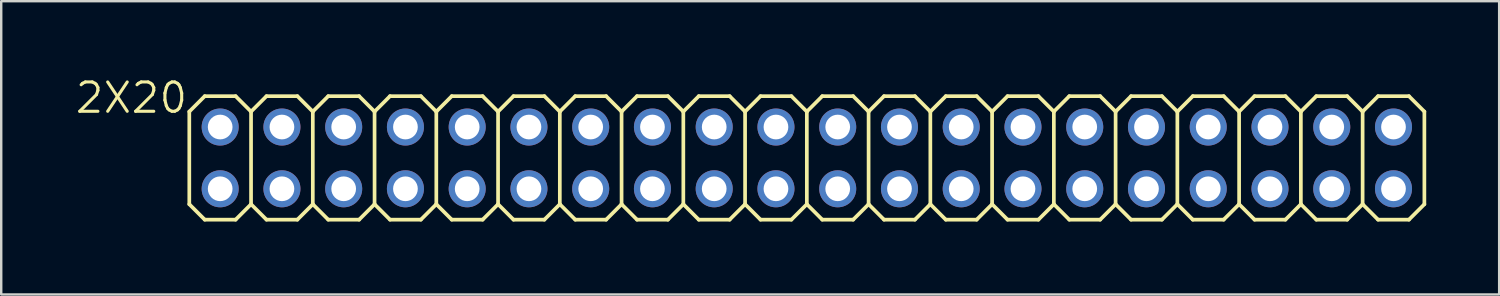
<source format=kicad_pcb>
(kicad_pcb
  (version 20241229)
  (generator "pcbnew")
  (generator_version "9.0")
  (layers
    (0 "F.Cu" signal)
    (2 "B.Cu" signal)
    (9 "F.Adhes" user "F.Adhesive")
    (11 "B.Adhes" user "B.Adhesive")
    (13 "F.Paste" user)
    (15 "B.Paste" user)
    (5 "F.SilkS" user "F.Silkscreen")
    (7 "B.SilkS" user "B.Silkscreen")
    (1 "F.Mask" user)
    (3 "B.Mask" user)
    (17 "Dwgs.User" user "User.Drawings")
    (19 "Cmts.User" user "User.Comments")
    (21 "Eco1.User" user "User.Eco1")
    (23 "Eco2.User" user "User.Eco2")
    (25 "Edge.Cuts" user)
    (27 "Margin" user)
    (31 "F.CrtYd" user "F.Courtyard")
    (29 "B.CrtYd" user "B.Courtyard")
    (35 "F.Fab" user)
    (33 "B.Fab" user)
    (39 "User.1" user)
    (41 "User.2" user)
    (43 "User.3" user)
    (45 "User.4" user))
  (footprint "2X20"
    (layer "F.Cu")
    (at 30.136 3.445)
    (property "Reference" "2X20" (at -25.4 -3.175 0) (layer "F.SilkS") (effects (font (size 1.206 1.206) (thickness 0.127)) (justify right top)))
    (attr through_hole)
    (fp_line (start -25.4 -1.905) (end -24.765 -2.54) (stroke (width 0.152) (type solid)) (layer "F.SilkS"))
    (fp_line (start -25.4 1.905) (end -25.4 -1.905) (stroke (width 0.152) (type solid)) (layer "F.SilkS"))
    (fp_line (start -25.4 1.905) (end -24.765 2.54) (stroke (width 0.152) (type solid)) (layer "F.SilkS"))
    (fp_line (start -24.765 -2.54) (end -23.495 -2.54) (stroke (width 0.152) (type solid)) (layer "F.SilkS"))
    (fp_line (start -24.765 2.54) (end -23.495 2.54) (stroke (width 0.152) (type solid)) (layer "F.SilkS"))
    (fp_line (start -23.495 -2.54) (end -22.86 -1.905) (stroke (width 0.152) (type solid)) (layer "F.SilkS"))
    (fp_line (start -23.495 2.54) (end -22.86 1.905) (stroke (width 0.152) (type solid)) (layer "F.SilkS"))
    (fp_line (start -22.86 -1.905) (end -22.86 1.905) (stroke (width 0.152) (type solid)) (layer "F.SilkS"))
    (fp_line (start -22.86 -1.905) (end -22.225 -2.54) (stroke (width 0.152) (type solid)) (layer "F.SilkS"))
    (fp_line (start -22.86 1.905) (end -22.225 2.54) (stroke (width 0.152) (type solid)) (layer "F.SilkS"))
    (fp_line (start -22.225 -2.54) (end -20.955 -2.54) (stroke (width 0.152) (type solid)) (layer "F.SilkS"))
    (fp_line (start -22.225 2.54) (end -20.955 2.54) (stroke (width 0.152) (type solid)) (layer "F.SilkS"))
    (fp_line (start -20.955 -2.54) (end -20.32 -1.905) (stroke (width 0.152) (type solid)) (layer "F.SilkS"))
    (fp_line (start -20.955 2.54) (end -20.32 1.905) (stroke (width 0.152) (type solid)) (layer "F.SilkS"))
    (fp_line (start -20.32 -1.905) (end -20.32 1.905) (stroke (width 0.152) (type solid)) (layer "F.SilkS"))
    (fp_line (start -20.32 -1.905) (end -19.685 -2.54) (stroke (width 0.152) (type solid)) (layer "F.SilkS"))
    (fp_line (start -20.32 1.905) (end -19.685 2.54) (stroke (width 0.152) (type solid)) (layer "F.SilkS"))
    (fp_line (start -19.685 -2.54) (end -18.415 -2.54) (stroke (width 0.152) (type solid)) (layer "F.SilkS"))
    (fp_line (start -19.685 2.54) (end -18.415 2.54) (stroke (width 0.152) (type solid)) (layer "F.SilkS"))
    (fp_line (start -18.415 -2.54) (end -17.78 -1.905) (stroke (width 0.152) (type solid)) (layer "F.SilkS"))
    (fp_line (start -18.415 2.54) (end -17.78 1.905) (stroke (width 0.152) (type solid)) (layer "F.SilkS"))
    (fp_line (start -17.78 -1.905) (end -17.78 1.905) (stroke (width 0.152) (type solid)) (layer "F.SilkS"))
    (fp_line (start -17.78 -1.905) (end -17.145 -2.54) (stroke (width 0.152) (type solid)) (layer "F.SilkS"))
    (fp_line (start -17.78 1.905) (end -17.145 2.54) (stroke (width 0.152) (type solid)) (layer "F.SilkS"))
    (fp_line (start -17.145 -2.54) (end -15.875 -2.54) (stroke (width 0.152) (type solid)) (layer "F.SilkS"))
    (fp_line (start -17.145 2.54) (end -15.875 2.54) (stroke (width 0.152) (type solid)) (layer "F.SilkS"))
    (fp_line (start -15.875 -2.54) (end -15.24 -1.905) (stroke (width 0.152) (type solid)) (layer "F.SilkS"))
    (fp_line (start -15.875 2.54) (end -15.24 1.905) (stroke (width 0.152) (type solid)) (layer "F.SilkS"))
    (fp_line (start -15.24 -1.905) (end -15.24 1.905) (stroke (width 0.152) (type solid)) (layer "F.SilkS"))
    (fp_line (start -15.24 -1.905) (end -14.605 -2.54) (stroke (width 0.152) (type solid)) (layer "F.SilkS"))
    (fp_line (start -15.24 1.905) (end -14.605 2.54) (stroke (width 0.152) (type solid)) (layer "F.SilkS"))
    (fp_line (start -14.605 -2.54) (end -13.335 -2.54) (stroke (width 0.152) (type solid)) (layer "F.SilkS"))
    (fp_line (start -14.605 2.54) (end -13.335 2.54) (stroke (width 0.152) (type solid)) (layer "F.SilkS"))
    (fp_line (start -13.335 -2.54) (end -12.7 -1.905) (stroke (width 0.152) (type solid)) (layer "F.SilkS"))
    (fp_line (start -13.335 2.54) (end -12.7 1.905) (stroke (width 0.152) (type solid)) (layer "F.SilkS"))
    (fp_line (start -12.7 -1.905) (end -12.7 1.905) (stroke (width 0.152) (type solid)) (layer "F.SilkS"))
    (fp_line (start -12.7 -1.905) (end -12.065 -2.54) (stroke (width 0.152) (type solid)) (layer "F.SilkS"))
    (fp_line (start -12.7 1.905) (end -12.065 2.54) (stroke (width 0.152) (type solid)) (layer "F.SilkS"))
    (fp_line (start -12.065 -2.54) (end -10.795 -2.54) (stroke (width 0.152) (type solid)) (layer "F.SilkS"))
    (fp_line (start -12.065 2.54) (end -10.795 2.54) (stroke (width 0.152) (type solid)) (layer "F.SilkS"))
    (fp_line (start -10.795 -2.54) (end -10.16 -1.905) (stroke (width 0.152) (type solid)) (layer "F.SilkS"))
    (fp_line (start -10.795 2.54) (end -10.16 1.905) (stroke (width 0.152) (type solid)) (layer "F.SilkS"))
    (fp_line (start -10.16 -1.905) (end -10.16 1.905) (stroke (width 0.152) (type solid)) (layer "F.SilkS"))
    (fp_line (start -10.16 -1.905) (end -9.525 -2.54) (stroke (width 0.152) (type solid)) (layer "F.SilkS"))
    (fp_line (start -10.16 1.905) (end -9.525 2.54) (stroke (width 0.152) (type solid)) (layer "F.SilkS"))
    (fp_line (start -9.525 -2.54) (end -8.255 -2.54) (stroke (width 0.152) (type solid)) (layer "F.SilkS"))
    (fp_line (start -8.255 -2.54) (end -7.62 -1.905) (stroke (width 0.152) (type solid)) (layer "F.SilkS"))
    (fp_line (start -8.255 2.54) (end -9.525 2.54) (stroke (width 0.152) (type solid)) (layer "F.SilkS"))
    (fp_line (start -7.62 -1.905) (end -7.62 1.905) (stroke (width 0.152) (type solid)) (layer "F.SilkS"))
    (fp_line (start -7.62 -1.905) (end -6.985 -2.54) (stroke (width 0.152) (type solid)) (layer "F.SilkS"))
    (fp_line (start -7.62 1.905) (end -8.255 2.54) (stroke (width 0.152) (type solid)) (layer "F.SilkS"))
    (fp_line (start -7.62 1.905) (end -6.985 2.54) (stroke (width 0.152) (type solid)) (layer "F.SilkS"))
    (fp_line (start -6.985 -2.54) (end -5.715 -2.54) (stroke (width 0.152) (type solid)) (layer "F.SilkS"))
    (fp_line (start -5.715 -2.54) (end -5.08 -1.905) (stroke (width 0.152) (type solid)) (layer "F.SilkS"))
    (fp_line (start -5.715 2.54) (end -6.985 2.54) (stroke (width 0.152) (type solid)) (layer "F.SilkS"))
    (fp_line (start -5.08 -1.905) (end -5.08 1.905) (stroke (width 0.152) (type solid)) (layer "F.SilkS"))
    (fp_line (start -5.08 -1.905) (end -4.445 -2.54) (stroke (width 0.152) (type solid)) (layer "F.SilkS"))
    (fp_line (start -5.08 1.905) (end -5.715 2.54) (stroke (width 0.152) (type solid)) (layer "F.SilkS"))
    (fp_line (start -5.08 1.905) (end -4.445 2.54) (stroke (width 0.152) (type solid)) (layer "F.SilkS"))
    (fp_line (start -4.445 -2.54) (end -3.175 -2.54) (stroke (width 0.152) (type solid)) (layer "F.SilkS"))
    (fp_line (start -3.175 -2.54) (end -2.54 -1.905) (stroke (width 0.152) (type solid)) (layer "F.SilkS"))
    (fp_line (start -3.175 2.54) (end -4.445 2.54) (stroke (width 0.152) (type solid)) (layer "F.SilkS"))
    (fp_line (start -2.54 -1.905) (end -2.54 1.905) (stroke (width 0.152) (type solid)) (layer "F.SilkS"))
    (fp_line (start -2.54 -1.905) (end -1.905 -2.54) (stroke (width 0.152) (type solid)) (layer "F.SilkS"))
    (fp_line (start -2.54 1.905) (end -3.175 2.54) (stroke (width 0.152) (type solid)) (layer "F.SilkS"))
    (fp_line (start -2.54 1.905) (end -1.905 2.54) (stroke (width 0.152) (type solid)) (layer "F.SilkS"))
    (fp_line (start -1.905 -2.54) (end -0.635 -2.54) (stroke (width 0.152) (type solid)) (layer "F.SilkS"))
    (fp_line (start -0.635 -2.54) (end 0 -1.905) (stroke (width 0.152) (type solid)) (layer "F.SilkS"))
    (fp_line (start -0.635 2.54) (end -1.905 2.54) (stroke (width 0.152) (type solid)) (layer "F.SilkS"))
    (fp_line (start 0 -1.905) (end 0 1.905) (stroke (width 0.152) (type solid)) (layer "F.SilkS"))
    (fp_line (start 0 -1.905) (end 0.635 -2.54) (stroke (width 0.152) (type solid)) (layer "F.SilkS"))
    (fp_line (start 0 1.905) (end -0.635 2.54) (stroke (width 0.152) (type solid)) (layer "F.SilkS"))
    (fp_line (start 0 1.905) (end 0.635 2.54) (stroke (width 0.152) (type solid)) (layer "F.SilkS"))
    (fp_line (start 0.635 -2.54) (end 1.905 -2.54) (stroke (width 0.152) (type solid)) (layer "F.SilkS"))
    (fp_line (start 1.905 -2.54) (end 2.54 -1.905) (stroke (width 0.152) (type solid)) (layer "F.SilkS"))
    (fp_line (start 1.905 2.54) (end 0.635 2.54) (stroke (width 0.152) (type solid)) (layer "F.SilkS"))
    (fp_line (start 2.54 -1.905) (end 2.54 1.905) (stroke (width 0.152) (type solid)) (layer "F.SilkS"))
    (fp_line (start 2.54 -1.905) (end 3.175 -2.54) (stroke (width 0.152) (type solid)) (layer "F.SilkS"))
    (fp_line (start 2.54 1.905) (end 1.905 2.54) (stroke (width 0.152) (type solid)) (layer "F.SilkS"))
    (fp_line (start 2.54 1.905) (end 3.175 2.54) (stroke (width 0.152) (type solid)) (layer "F.SilkS"))
    (fp_line (start 3.175 -2.54) (end 4.445 -2.54) (stroke (width 0.152) (type solid)) (layer "F.SilkS"))
    (fp_line (start 4.445 2.54) (end 3.175 2.54) (stroke (width 0.152) (type solid)) (layer "F.SilkS"))
    (fp_line (start 5.08 -1.905) (end 4.445 -2.54) (stroke (width 0.152) (type solid)) (layer "F.SilkS"))
    (fp_line (start 5.08 -1.905) (end 5.08 1.905) (stroke (width 0.152) (type solid)) (layer "F.SilkS"))
    (fp_line (start 5.08 -1.905) (end 5.715 -2.54) (stroke (width 0.152) (type solid)) (layer "F.SilkS"))
    (fp_line (start 5.08 1.905) (end 4.445 2.54) (stroke (width 0.152) (type solid)) (layer "F.SilkS"))
    (fp_line (start 5.08 1.905) (end 5.715 2.54) (stroke (width 0.152) (type solid)) (layer "F.SilkS"))
    (fp_line (start 6.985 -2.54) (end 5.715 -2.54) (stroke (width 0.152) (type solid)) (layer "F.SilkS"))
    (fp_line (start 6.985 -2.54) (end 7.62 -1.905) (stroke (width 0.152) (type solid)) (layer "F.SilkS"))
    (fp_line (start 6.985 2.54) (end 5.715 2.54) (stroke (width 0.152) (type solid)) (layer "F.SilkS"))
    (fp_line (start 7.62 -1.905) (end 7.62 1.905) (stroke (width 0.152) (type solid)) (layer "F.SilkS"))
    (fp_line (start 7.62 -1.905) (end 8.255 -2.54) (stroke (width 0.152) (type solid)) (layer "F.SilkS"))
    (fp_line (start 7.62 1.905) (end 6.985 2.54) (stroke (width 0.152) (type solid)) (layer "F.SilkS"))
    (fp_line (start 7.62 1.905) (end 8.255 2.54) (stroke (width 0.152) (type solid)) (layer "F.SilkS"))
    (fp_line (start 9.525 -2.54) (end 8.255 -2.54) (stroke (width 0.152) (type solid)) (layer "F.SilkS"))
    (fp_line (start 9.525 -2.54) (end 10.16 -1.905) (stroke (width 0.152) (type solid)) (layer "F.SilkS"))
    (fp_line (start 9.525 2.54) (end 8.255 2.54) (stroke (width 0.152) (type solid)) (layer "F.SilkS"))
    (fp_line (start 10.16 -1.905) (end 10.16 1.905) (stroke (width 0.152) (type solid)) (layer "F.SilkS"))
    (fp_line (start 10.16 -1.905) (end 10.795 -2.54) (stroke (width 0.152) (type solid)) (layer "F.SilkS"))
    (fp_line (start 10.16 1.905) (end 9.525 2.54) (stroke (width 0.152) (type solid)) (layer "F.SilkS"))
    (fp_line (start 10.795 2.54) (end 10.16 1.905) (stroke (width 0.152) (type solid)) (layer "F.SilkS"))
    (fp_line (start 10.795 2.54) (end 12.065 2.54) (stroke (width 0.152) (type solid)) (layer "F.SilkS"))
    (fp_line (start 12.065 -2.54) (end 10.795 -2.54) (stroke (width 0.152) (type solid)) (layer "F.SilkS"))
    (fp_line (start 12.065 -2.54) (end 12.7 -1.905) (stroke (width 0.152) (type solid)) (layer "F.SilkS"))
    (fp_line (start 12.7 -1.905) (end 12.7 1.905) (stroke (width 0.152) (type solid)) (layer "F.SilkS"))
    (fp_line (start 12.7 -1.905) (end 13.335 -2.54) (stroke (width 0.152) (type solid)) (layer "F.SilkS"))
    (fp_line (start 12.7 1.905) (end 12.065 2.54) (stroke (width 0.152) (type solid)) (layer "F.SilkS"))
    (fp_line (start 13.335 2.54) (end 12.7 1.905) (stroke (width 0.152) (type solid)) (layer "F.SilkS"))
    (fp_line (start 13.335 2.54) (end 14.605 2.54) (stroke (width 0.152) (type solid)) (layer "F.SilkS"))
    (fp_line (start 14.605 -2.54) (end 13.335 -2.54) (stroke (width 0.152) (type solid)) (layer "F.SilkS"))
    (fp_line (start 14.605 -2.54) (end 15.24 -1.905) (stroke (width 0.152) (type solid)) (layer "F.SilkS"))
    (fp_line (start 15.24 -1.905) (end 15.24 1.905) (stroke (width 0.152) (type solid)) (layer "F.SilkS"))
    (fp_line (start 15.24 -1.905) (end 15.875 -2.54) (stroke (width 0.152) (type solid)) (layer "F.SilkS"))
    (fp_line (start 15.24 1.905) (end 14.605 2.54) (stroke (width 0.152) (type solid)) (layer "F.SilkS"))
    (fp_line (start 15.24 1.905) (end 15.875 2.54) (stroke (width 0.152) (type solid)) (layer "F.SilkS"))
    (fp_line (start 17.145 -2.54) (end 15.875 -2.54) (stroke (width 0.152) (type solid)) (layer "F.SilkS"))
    (fp_line (start 17.145 -2.54) (end 17.78 -1.905) (stroke (width 0.152) (type solid)) (layer "F.SilkS"))
    (fp_line (start 17.145 2.54) (end 15.875 2.54) (stroke (width 0.152) (type solid)) (layer "F.SilkS"))
    (fp_line (start 17.78 -1.905) (end 17.78 1.905) (stroke (width 0.152) (type solid)) (layer "F.SilkS"))
    (fp_line (start 17.78 -1.905) (end 18.415 -2.54) (stroke (width 0.152) (type solid)) (layer "F.SilkS"))
    (fp_line (start 17.78 1.905) (end 17.145 2.54) (stroke (width 0.152) (type solid)) (layer "F.SilkS"))
    (fp_line (start 17.78 1.905) (end 18.415 2.54) (stroke (width 0.152) (type solid)) (layer "F.SilkS"))
    (fp_line (start 19.685 -2.54) (end 18.415 -2.54) (stroke (width 0.152) (type solid)) (layer "F.SilkS"))
    (fp_line (start 19.685 -2.54) (end 20.32 -1.905) (stroke (width 0.152) (type solid)) (layer "F.SilkS"))
    (fp_line (start 19.685 2.54) (end 18.415 2.54) (stroke (width 0.152) (type solid)) (layer "F.SilkS"))
    (fp_line (start 20.32 -1.905) (end 20.32 1.905) (stroke (width 0.152) (type solid)) (layer "F.SilkS"))
    (fp_line (start 20.32 -1.905) (end 20.955 -2.54) (stroke (width 0.152) (type solid)) (layer "F.SilkS"))
    (fp_line (start 20.32 1.905) (end 19.685 2.54) (stroke (width 0.152) (type solid)) (layer "F.SilkS"))
    (fp_line (start 20.32 1.905) (end 20.955 2.54) (stroke (width 0.152) (type solid)) (layer "F.SilkS"))
    (fp_line (start 22.225 -2.54) (end 20.955 -2.54) (stroke (width 0.152) (type solid)) (layer "F.SilkS"))
    (fp_line (start 22.225 -2.54) (end 22.86 -1.905) (stroke (width 0.152) (type solid)) (layer "F.SilkS"))
    (fp_line (start 22.225 2.54) (end 20.955 2.54) (stroke (width 0.152) (type solid)) (layer "F.SilkS"))
    (fp_line (start 22.86 -1.905) (end 22.86 1.905) (stroke (width 0.152) (type solid)) (layer "F.SilkS"))
    (fp_line (start 22.86 -1.905) (end 23.495 -2.54) (stroke (width 0.152) (type solid)) (layer "F.SilkS"))
    (fp_line (start 22.86 1.905) (end 22.225 2.54) (stroke (width 0.152) (type solid)) (layer "F.SilkS"))
    (fp_line (start 22.86 1.905) (end 23.495 2.54) (stroke (width 0.152) (type solid)) (layer "F.SilkS"))
    (fp_line (start 24.765 -2.54) (end 23.495 -2.54) (stroke (width 0.152) (type solid)) (layer "F.SilkS"))
    (fp_line (start 24.765 -2.54) (end 25.4 -1.905) (stroke (width 0.152) (type solid)) (layer "F.SilkS"))
    (fp_line (start 24.765 2.54) (end 23.495 2.54) (stroke (width 0.152) (type solid)) (layer "F.SilkS"))
    (fp_line (start 25.4 -1.905) (end 25.4 1.905) (stroke (width 0.152) (type solid)) (layer "F.SilkS"))
    (fp_line (start 25.4 1.905) (end 24.765 2.54) (stroke (width 0.152) (type solid)) (layer "F.SilkS"))
    (fp_poly (pts (xy -24.384 -1.016) (xy -23.876 -1.016) (xy -23.876 -1.524) (xy -24.384 -1.524)) (stroke (width 0.1) (type solid)) (fill no) (layer "F.Fab"))
    (fp_poly (pts (xy -24.384 1.524) (xy -23.876 1.524) (xy -23.876 1.016) (xy -24.384 1.016)) (stroke (width 0.1) (type solid)) (fill no) (layer "F.Fab"))
    (fp_poly (pts (xy -21.844 -1.016) (xy -21.336 -1.016) (xy -21.336 -1.524) (xy -21.844 -1.524)) (stroke (width 0.1) (type solid)) (fill no) (layer "F.Fab"))
    (fp_poly (pts (xy -21.844 1.524) (xy -21.336 1.524) (xy -21.336 1.016) (xy -21.844 1.016)) (stroke (width 0.1) (type solid)) (fill no) (layer "F.Fab"))
    (fp_poly (pts (xy -19.304 -1.016) (xy -18.796 -1.016) (xy -18.796 -1.524) (xy -19.304 -1.524)) (stroke (width 0.1) (type solid)) (fill no) (layer "F.Fab"))
    (fp_poly (pts (xy -19.304 1.524) (xy -18.796 1.524) (xy -18.796 1.016) (xy -19.304 1.016)) (stroke (width 0.1) (type solid)) (fill no) (layer "F.Fab"))
    (fp_poly (pts (xy -16.764 -1.016) (xy -16.256 -1.016) (xy -16.256 -1.524) (xy -16.764 -1.524)) (stroke (width 0.1) (type solid)) (fill no) (layer "F.Fab"))
    (fp_poly (pts (xy -16.764 1.524) (xy -16.256 1.524) (xy -16.256 1.016) (xy -16.764 1.016)) (stroke (width 0.1) (type solid)) (fill no) (layer "F.Fab"))
    (fp_poly (pts (xy -14.224 -1.016) (xy -13.716 -1.016) (xy -13.716 -1.524) (xy -14.224 -1.524)) (stroke (width 0.1) (type solid)) (fill no) (layer "F.Fab"))
    (fp_poly (pts (xy -14.224 1.524) (xy -13.716 1.524) (xy -13.716 1.016) (xy -14.224 1.016)) (stroke (width 0.1) (type solid)) (fill no) (layer "F.Fab"))
    (fp_poly (pts (xy -11.684 -1.016) (xy -11.176 -1.016) (xy -11.176 -1.524) (xy -11.684 -1.524)) (stroke (width 0.1) (type solid)) (fill no) (layer "F.Fab"))
    (fp_poly (pts (xy -11.684 1.524) (xy -11.176 1.524) (xy -11.176 1.016) (xy -11.684 1.016)) (stroke (width 0.1) (type solid)) (fill no) (layer "F.Fab"))
    (fp_poly (pts (xy -9.144 -1.016) (xy -8.636 -1.016) (xy -8.636 -1.524) (xy -9.144 -1.524)) (stroke (width 0.1) (type solid)) (fill no) (layer "F.Fab"))
    (fp_poly (pts (xy -9.144 1.524) (xy -8.636 1.524) (xy -8.636 1.016) (xy -9.144 1.016)) (stroke (width 0.1) (type solid)) (fill no) (layer "F.Fab"))
    (fp_poly (pts (xy -6.604 -1.016) (xy -6.096 -1.016) (xy -6.096 -1.524) (xy -6.604 -1.524)) (stroke (width 0.1) (type solid)) (fill no) (layer "F.Fab"))
    (fp_poly (pts (xy -6.604 1.524) (xy -6.096 1.524) (xy -6.096 1.016) (xy -6.604 1.016)) (stroke (width 0.1) (type solid)) (fill no) (layer "F.Fab"))
    (fp_poly (pts (xy -4.064 -1.016) (xy -3.556 -1.016) (xy -3.556 -1.524) (xy -4.064 -1.524)) (stroke (width 0.1) (type solid)) (fill no) (layer "F.Fab"))
    (fp_poly (pts (xy -4.064 1.524) (xy -3.556 1.524) (xy -3.556 1.016) (xy -4.064 1.016)) (stroke (width 0.1) (type solid)) (fill no) (layer "F.Fab"))
    (fp_poly (pts (xy -1.524 -1.016) (xy -1.016 -1.016) (xy -1.016 -1.524) (xy -1.524 -1.524)) (stroke (width 0.1) (type solid)) (fill no) (layer "F.Fab"))
    (fp_poly (pts (xy -1.524 1.524) (xy -1.016 1.524) (xy -1.016 1.016) (xy -1.524 1.016)) (stroke (width 0.1) (type solid)) (fill no) (layer "F.Fab"))
    (fp_poly (pts (xy 1.016 -1.016) (xy 1.524 -1.016) (xy 1.524 -1.524) (xy 1.016 -1.524)) (stroke (width 0.1) (type solid)) (fill no) (layer "F.Fab"))
    (fp_poly (pts (xy 1.016 1.524) (xy 1.524 1.524) (xy 1.524 1.016) (xy 1.016 1.016)) (stroke (width 0.1) (type solid)) (fill no) (layer "F.Fab"))
    (fp_poly (pts (xy 3.556 -1.016) (xy 4.064 -1.016) (xy 4.064 -1.524) (xy 3.556 -1.524)) (stroke (width 0.1) (type solid)) (fill no) (layer "F.Fab"))
    (fp_poly (pts (xy 3.556 1.524) (xy 4.064 1.524) (xy 4.064 1.016) (xy 3.556 1.016)) (stroke (width 0.1) (type solid)) (fill no) (layer "F.Fab"))
    (fp_poly (pts (xy 6.096 -1.016) (xy 6.604 -1.016) (xy 6.604 -1.524) (xy 6.096 -1.524)) (stroke (width 0.1) (type solid)) (fill no) (layer "F.Fab"))
    (fp_poly (pts (xy 6.096 1.524) (xy 6.604 1.524) (xy 6.604 1.016) (xy 6.096 1.016)) (stroke (width 0.1) (type solid)) (fill no) (layer "F.Fab"))
    (fp_poly (pts (xy 8.636 -1.016) (xy 9.144 -1.016) (xy 9.144 -1.524) (xy 8.636 -1.524)) (stroke (width 0.1) (type solid)) (fill no) (layer "F.Fab"))
    (fp_poly (pts (xy 8.636 1.524) (xy 9.144 1.524) (xy 9.144 1.016) (xy 8.636 1.016)) (stroke (width 0.1) (type solid)) (fill no) (layer "F.Fab"))
    (fp_poly (pts (xy 11.176 -1.016) (xy 11.684 -1.016) (xy 11.684 -1.524) (xy 11.176 -1.524)) (stroke (width 0.1) (type solid)) (fill no) (layer "F.Fab"))
    (fp_poly (pts (xy 11.176 1.524) (xy 11.684 1.524) (xy 11.684 1.016) (xy 11.176 1.016)) (stroke (width 0.1) (type solid)) (fill no) (layer "F.Fab"))
    (fp_poly (pts (xy 13.716 -1.016) (xy 14.224 -1.016) (xy 14.224 -1.524) (xy 13.716 -1.524)) (stroke (width 0.1) (type solid)) (fill no) (layer "F.Fab"))
    (fp_poly (pts (xy 13.716 1.524) (xy 14.224 1.524) (xy 14.224 1.016) (xy 13.716 1.016)) (stroke (width 0.1) (type solid)) (fill no) (layer "F.Fab"))
    (fp_poly (pts (xy 16.256 -1.016) (xy 16.764 -1.016) (xy 16.764 -1.524) (xy 16.256 -1.524)) (stroke (width 0.1) (type solid)) (fill no) (layer "F.Fab"))
    (fp_poly (pts (xy 16.256 1.524) (xy 16.764 1.524) (xy 16.764 1.016) (xy 16.256 1.016)) (stroke (width 0.1) (type solid)) (fill no) (layer "F.Fab"))
    (fp_poly (pts (xy 18.796 -1.016) (xy 19.304 -1.016) (xy 19.304 -1.524) (xy 18.796 -1.524)) (stroke (width 0.1) (type solid)) (fill no) (layer "F.Fab"))
    (fp_poly (pts (xy 18.796 1.524) (xy 19.304 1.524) (xy 19.304 1.016) (xy 18.796 1.016)) (stroke (width 0.1) (type solid)) (fill no) (layer "F.Fab"))
    (fp_poly (pts (xy 21.336 -1.016) (xy 21.844 -1.016) (xy 21.844 -1.524) (xy 21.336 -1.524)) (stroke (width 0.1) (type solid)) (fill no) (layer "F.Fab"))
    (fp_poly (pts (xy 21.336 1.524) (xy 21.844 1.524) (xy 21.844 1.016) (xy 21.336 1.016)) (stroke (width 0.1) (type solid)) (fill no) (layer "F.Fab"))
    (fp_poly (pts (xy 23.876 -1.016) (xy 24.384 -1.016) (xy 24.384 -1.524) (xy 23.876 -1.524)) (stroke (width 0.1) (type solid)) (fill no) (layer "F.Fab"))
    (fp_poly (pts (xy 23.876 1.524) (xy 24.384 1.524) (xy 24.384 1.016) (xy 23.876 1.016)) (stroke (width 0.1) (type solid)) (fill no) (layer "F.Fab"))
    (pad "1" thru_hole circle (at -24.13 1.27) (size 1.524 1.524) (drill 1.016) (layers "*.Cu" "*.Mask"))
    (pad "2" thru_hole circle (at -24.13 -1.27) (size 1.524 1.524) (drill 1.016) (layers "*.Cu" "*.Mask"))
    (pad "3" thru_hole circle (at -21.59 1.27) (size 1.524 1.524) (drill 1.016) (layers "*.Cu" "*.Mask"))
    (pad "4" thru_hole circle (at -21.59 -1.27) (size 1.524 1.524) (drill 1.016) (layers "*.Cu" "*.Mask"))
    (pad "5" thru_hole circle (at -19.05 1.27) (size 1.524 1.524) (drill 1.016) (layers "*.Cu" "*.Mask"))
    (pad "6" thru_hole circle (at -19.05 -1.27) (size 1.524 1.524) (drill 1.016) (layers "*.Cu" "*.Mask"))
    (pad "7" thru_hole circle (at -16.51 1.27) (size 1.524 1.524) (drill 1.016) (layers "*.Cu" "*.Mask"))
    (pad "8" thru_hole circle (at -16.51 -1.27) (size 1.524 1.524) (drill 1.016) (layers "*.Cu" "*.Mask"))
    (pad "9" thru_hole circle (at -13.97 1.27) (size 1.524 1.524) (drill 1.016) (layers "*.Cu" "*.Mask"))
    (pad "10" thru_hole circle (at -13.97 -1.27) (size 1.524 1.524) (drill 1.016) (layers "*.Cu" "*.Mask"))
    (pad "11" thru_hole circle (at -11.43 1.27) (size 1.524 1.524) (drill 1.016) (layers "*.Cu" "*.Mask"))
    (pad "12" thru_hole circle (at -11.43 -1.27) (size 1.524 1.524) (drill 1.016) (layers "*.Cu" "*.Mask"))
    (pad "13" thru_hole circle (at -8.89 1.27) (size 1.524 1.524) (drill 1.016) (layers "*.Cu" "*.Mask"))
    (pad "14" thru_hole circle (at -8.89 -1.27) (size 1.524 1.524) (drill 1.016) (layers "*.Cu" "*.Mask"))
    (pad "15" thru_hole circle (at -6.35 1.27) (size 1.524 1.524) (drill 1.016) (layers "*.Cu" "*.Mask"))
    (pad "16" thru_hole circle (at -6.35 -1.27) (size 1.524 1.524) (drill 1.016) (layers "*.Cu" "*.Mask"))
    (pad "17" thru_hole circle (at -3.81 1.27) (size 1.524 1.524) (drill 1.016) (layers "*.Cu" "*.Mask"))
    (pad "18" thru_hole circle (at -3.81 -1.27) (size 1.524 1.524) (drill 1.016) (layers "*.Cu" "*.Mask"))
    (pad "19" thru_hole circle (at -1.27 1.27) (size 1.524 1.524) (drill 1.016) (layers "*.Cu" "*.Mask"))
    (pad "20" thru_hole circle (at -1.27 -1.27) (size 1.524 1.524) (drill 1.016) (layers "*.Cu" "*.Mask"))
    (pad "21" thru_hole circle (at 1.27 1.27) (size 1.524 1.524) (drill 1.016) (layers "*.Cu" "*.Mask"))
    (pad "22" thru_hole circle (at 1.27 -1.27) (size 1.524 1.524) (drill 1.016) (layers "*.Cu" "*.Mask"))
    (pad "23" thru_hole circle (at 3.81 1.27) (size 1.524 1.524) (drill 1.016) (layers "*.Cu" "*.Mask"))
    (pad "24" thru_hole circle (at 3.81 -1.27) (size 1.524 1.524) (drill 1.016) (layers "*.Cu" "*.Mask"))
    (pad "25" thru_hole circle (at 6.35 1.27) (size 1.524 1.524) (drill 1.016) (layers "*.Cu" "*.Mask"))
    (pad "26" thru_hole circle (at 6.35 -1.27) (size 1.524 1.524) (drill 1.016) (layers "*.Cu" "*.Mask"))
    (pad "27" thru_hole circle (at 8.89 1.27) (size 1.524 1.524) (drill 1.016) (layers "*.Cu" "*.Mask"))
    (pad "28" thru_hole circle (at 8.89 -1.27) (size 1.524 1.524) (drill 1.016) (layers "*.Cu" "*.Mask"))
    (pad "29" thru_hole circle (at 11.43 1.27) (size 1.524 1.524) (drill 1.016) (layers "*.Cu" "*.Mask"))
    (pad "30" thru_hole circle (at 11.43 -1.27) (size 1.524 1.524) (drill 1.016) (layers "*.Cu" "*.Mask"))
    (pad "31" thru_hole circle (at 13.97 1.27) (size 1.524 1.524) (drill 1.016) (layers "*.Cu" "*.Mask"))
    (pad "32" thru_hole circle (at 13.97 -1.27) (size 1.524 1.524) (drill 1.016) (layers "*.Cu" "*.Mask"))
    (pad "33" thru_hole circle (at 16.51 1.27) (size 1.524 1.524) (drill 1.016) (layers "*.Cu" "*.Mask"))
    (pad "34" thru_hole circle (at 16.51 -1.27) (size 1.524 1.524) (drill 1.016) (layers "*.Cu" "*.Mask"))
    (pad "35" thru_hole circle (at 19.05 1.27) (size 1.524 1.524) (drill 1.016) (layers "*.Cu" "*.Mask"))
    (pad "36" thru_hole circle (at 19.05 -1.27) (size 1.524 1.524) (drill 1.016) (layers "*.Cu" "*.Mask"))
    (pad "37" thru_hole circle (at 21.59 1.27) (size 1.524 1.524) (drill 1.016) (layers "*.Cu" "*.Mask"))
    (pad "38" thru_hole circle (at 21.59 -1.27) (size 1.524 1.524) (drill 1.016) (layers "*.Cu" "*.Mask"))
    (pad "39" thru_hole circle (at 24.13 1.27) (size 1.524 1.524) (drill 1.016) (layers "*.Cu" "*.Mask"))
    (pad "40" thru_hole circle (at 24.13 -1.27) (size 1.524 1.524) (drill 1.016) (layers "*.Cu" "*.Mask")))
  (gr_rect
    (start -3 -3)
    (end 58.612 9.061)
    (stroke (width 0.1) (type default))
    (fill no)
    (layer "Edge.Cuts")))
</source>
